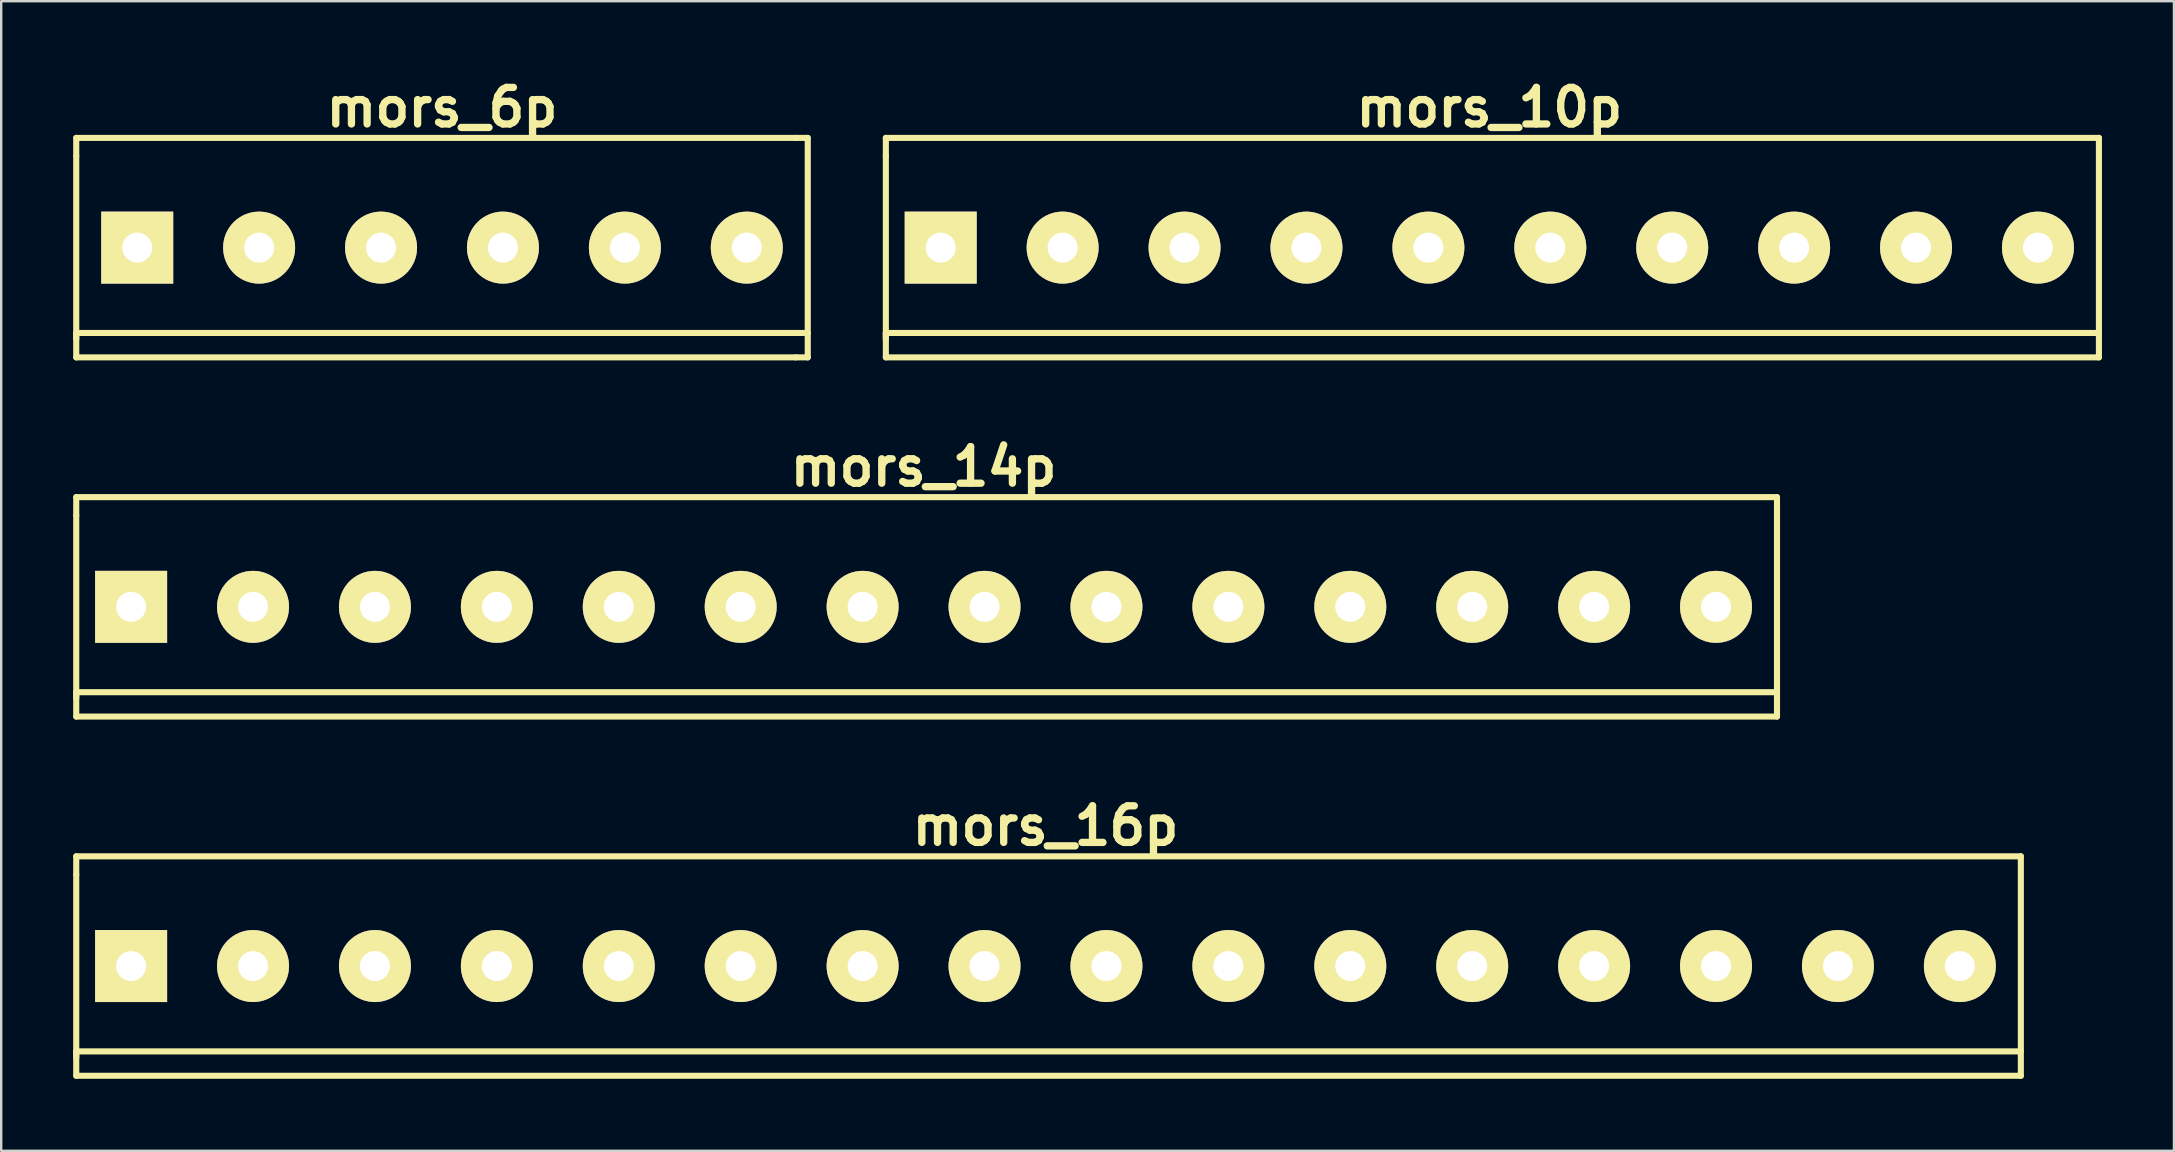
<source format=kicad_pcb>
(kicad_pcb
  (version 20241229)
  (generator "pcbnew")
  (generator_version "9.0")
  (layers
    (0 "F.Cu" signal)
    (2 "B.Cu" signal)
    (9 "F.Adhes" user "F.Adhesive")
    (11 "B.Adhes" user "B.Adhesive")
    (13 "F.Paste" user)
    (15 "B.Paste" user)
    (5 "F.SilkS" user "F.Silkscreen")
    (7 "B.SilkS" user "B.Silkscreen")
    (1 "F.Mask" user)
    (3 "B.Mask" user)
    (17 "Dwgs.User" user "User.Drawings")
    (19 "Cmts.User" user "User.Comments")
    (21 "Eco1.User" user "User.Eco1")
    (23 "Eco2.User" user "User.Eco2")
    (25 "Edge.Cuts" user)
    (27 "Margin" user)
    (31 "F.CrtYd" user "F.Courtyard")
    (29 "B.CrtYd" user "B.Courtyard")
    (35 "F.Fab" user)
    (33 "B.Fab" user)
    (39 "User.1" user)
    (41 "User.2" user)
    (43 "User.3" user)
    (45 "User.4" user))
  (footprint "mors_6p"
    (layer "F.Cu")
    (at 15.367 7.268)
    (property "Reference" "mors_6p" (at 0 -5.842 0) (layer "F.SilkS") (effects (font (size 1.524 1.524) (thickness 0.305))))
    (attr through_hole)
    (fp_line (start -15.24 -4.572) (end -15.24 -3.81) (stroke (width 0.254) (type solid)) (layer "F.SilkS"))
    (fp_line (start -15.24 3.81) (end -15.24 -3.81) (stroke (width 0.254) (type solid)) (layer "F.SilkS"))
    (fp_line (start -15.24 4.572) (end -15.24 3.556) (stroke (width 0.254) (type solid)) (layer "F.SilkS"))
    (fp_line (start -15.24 4.572) (end 14.732 4.572) (stroke (width 0.254) (type solid)) (layer "F.SilkS"))
    (fp_line (start 14.732 -4.572) (end -15.24 -4.572) (stroke (width 0.254) (type solid)) (layer "F.SilkS"))
    (fp_line (start 14.732 -4.572) (end 15.24 -4.572) (stroke (width 0.254) (type solid)) (layer "F.SilkS"))
    (fp_line (start 14.732 3.556) (end -15.24 3.556) (stroke (width 0.254) (type solid)) (layer "F.SilkS"))
    (fp_line (start 14.732 4.572) (end 15.24 4.572) (stroke (width 0.254) (type solid)) (layer "F.SilkS"))
    (fp_line (start 15.24 -4.572) (end 15.24 4.572) (stroke (width 0.254) (type solid)) (layer "F.SilkS"))
    (fp_line (start 15.24 3.556) (end 14.732 3.556) (stroke (width 0.254) (type solid)) (layer "F.SilkS"))
    (pad "1" thru_hole rect (at -12.7 0) (size 3 3) (drill 1.25) (layers "*.Cu" "*.Mask" "F.SilkS"))
    (pad "2" thru_hole circle (at -7.62 0) (size 3 3) (drill 1.25) (layers "*.Cu" "*.Mask" "F.SilkS"))
    (pad "3" thru_hole circle (at -2.54 0) (size 3 3) (drill 1.25) (layers "*.Cu" "*.Mask" "F.SilkS"))
    (pad "4" thru_hole circle (at 2.54 0) (size 3 3) (drill 1.25) (layers "*.Cu" "*.Mask" "F.SilkS"))
    (pad "5" thru_hole circle (at 7.62 0) (size 3 3) (drill 1.25) (layers "*.Cu" "*.Mask" "F.SilkS"))
    (pad "6" thru_hole circle (at 12.7 0) (size 3 3) (drill 1.25) (layers "*.Cu" "*.Mask" "F.SilkS")))
  (footprint "mors_10p"
    (layer "F.Cu")
    (at 59.007 7.268)
    (property "Reference" "mors_10p" (at 0 -5.842 0) (layer "F.SilkS") (effects (font (size 1.524 1.524) (thickness 0.305))))
    (attr through_hole)
    (fp_line (start -25.146 -4.572) (end -25.146 -3.81) (stroke (width 0.254) (type solid)) (layer "F.SilkS"))
    (fp_line (start -25.146 -4.572) (end 25.4 -4.572) (stroke (width 0.254) (type solid)) (layer "F.SilkS"))
    (fp_line (start -25.146 3.81) (end -25.146 -3.81) (stroke (width 0.254) (type solid)) (layer "F.SilkS"))
    (fp_line (start -25.146 4.572) (end -25.146 3.556) (stroke (width 0.254) (type solid)) (layer "F.SilkS"))
    (fp_line (start -25.146 4.572) (end 25.4 4.572) (stroke (width 0.254) (type solid)) (layer "F.SilkS"))
    (fp_line (start 25.4 -4.572) (end 25.4 4.572) (stroke (width 0.254) (type solid)) (layer "F.SilkS"))
    (fp_line (start 25.4 3.556) (end -25.146 3.556) (stroke (width 0.254) (type solid)) (layer "F.SilkS"))
    (pad "1" thru_hole rect (at -22.86 0) (size 3 3) (drill 1.25) (layers "*.Cu" "*.Mask" "F.SilkS"))
    (pad "2" thru_hole circle (at -17.78 0) (size 3 3) (drill 1.25) (layers "*.Cu" "*.Mask" "F.SilkS"))
    (pad "3" thru_hole circle (at -12.7 0) (size 3 3) (drill 1.25) (layers "*.Cu" "*.Mask" "F.SilkS"))
    (pad "4" thru_hole circle (at -7.62 0) (size 3 3) (drill 1.25) (layers "*.Cu" "*.Mask" "F.SilkS"))
    (pad "5" thru_hole circle (at -2.54 0) (size 3 3) (drill 1.25) (layers "*.Cu" "*.Mask" "F.SilkS"))
    (pad "6" thru_hole circle (at 2.54 0) (size 3 3) (drill 1.25) (layers "*.Cu" "*.Mask" "F.SilkS"))
    (pad "7" thru_hole circle (at 7.62 0) (size 3 3) (drill 1.25) (layers "*.Cu" "*.Mask" "F.SilkS"))
    (pad "8" thru_hole circle (at 12.7 0) (size 3 3) (drill 1.25) (layers "*.Cu" "*.Mask" "F.SilkS"))
    (pad "9" thru_hole circle (at 17.78 0) (size 3 3) (drill 1.25) (layers "*.Cu" "*.Mask" "F.SilkS"))
    (pad "10" thru_hole circle (at 22.86 0) (size 3 3) (drill 1.25) (layers "*.Cu" "*.Mask" "F.SilkS")))
  (footprint "mors_16p"
    (layer "F.Cu")
    (at 40.513 37.203)
    (property "Reference" "mors_16p" (at 0 -5.842 0) (layer "F.SilkS") (effects (font (size 1.524 1.524) (thickness 0.305))))
    (attr through_hole)
    (fp_line (start -40.386 -4.572) (end -40.386 -3.81) (stroke (width 0.254) (type solid)) (layer "F.SilkS"))
    (fp_line (start -40.386 3.81) (end -40.386 -3.81) (stroke (width 0.254) (type solid)) (layer "F.SilkS"))
    (fp_line (start -40.386 4.572) (end -40.386 3.556) (stroke (width 0.254) (type solid)) (layer "F.SilkS"))
    (fp_line (start -40.386 4.572) (end 40.64 4.572) (stroke (width 0.254) (type solid)) (layer "F.SilkS"))
    (fp_line (start 40.64 -4.572) (end -40.386 -4.572) (stroke (width 0.254) (type solid)) (layer "F.SilkS"))
    (fp_line (start 40.64 -4.572) (end 40.64 4.572) (stroke (width 0.254) (type solid)) (layer "F.SilkS"))
    (fp_line (start 40.64 3.556) (end -40.386 3.556) (stroke (width 0.254) (type solid)) (layer "F.SilkS"))
    (pad "1" thru_hole rect (at -38.1 0) (size 3 3) (drill 1.25) (layers "*.Cu" "*.Mask" "F.SilkS"))
    (pad "2" thru_hole circle (at -33.02 0) (size 3 3) (drill 1.25) (layers "*.Cu" "*.Mask" "F.SilkS"))
    (pad "3" thru_hole circle (at -27.94 0) (size 3 3) (drill 1.25) (layers "*.Cu" "*.Mask" "F.SilkS"))
    (pad "4" thru_hole circle (at -22.86 0) (size 3 3) (drill 1.25) (layers "*.Cu" "*.Mask" "F.SilkS"))
    (pad "5" thru_hole circle (at -17.78 0) (size 3 3) (drill 1.25) (layers "*.Cu" "*.Mask" "F.SilkS"))
    (pad "6" thru_hole circle (at -12.7 0) (size 3 3) (drill 1.25) (layers "*.Cu" "*.Mask" "F.SilkS"))
    (pad "7" thru_hole circle (at -7.62 0) (size 3 3) (drill 1.25) (layers "*.Cu" "*.Mask" "F.SilkS"))
    (pad "8" thru_hole circle (at -2.54 0) (size 3 3) (drill 1.25) (layers "*.Cu" "*.Mask" "F.SilkS"))
    (pad "9" thru_hole circle (at 2.54 0) (size 3 3) (drill 1.25) (layers "*.Cu" "*.Mask" "F.SilkS"))
    (pad "10" thru_hole circle (at 7.62 0) (size 3 3) (drill 1.25) (layers "*.Cu" "*.Mask" "F.SilkS"))
    (pad "11" thru_hole circle (at 12.7 0) (size 3 3) (drill 1.25) (layers "*.Cu" "*.Mask" "F.SilkS"))
    (pad "12" thru_hole circle (at 17.78 0) (size 3 3) (drill 1.25) (layers "*.Cu" "*.Mask" "F.SilkS"))
    (pad "13" thru_hole circle (at 22.86 0) (size 3 3) (drill 1.25) (layers "*.Cu" "*.Mask" "F.SilkS"))
    (pad "14" thru_hole circle (at 27.94 0) (size 3 3) (drill 1.25) (layers "*.Cu" "*.Mask" "F.SilkS"))
    (pad "15" thru_hole circle (at 33.02 0) (size 3 3) (drill 1.25) (layers "*.Cu" "*.Mask" "F.SilkS"))
    (pad "16" thru_hole circle (at 38.1 0) (size 3 3) (drill 1.25) (layers "*.Cu" "*.Mask" "F.SilkS")))
  (footprint "mors_14p"
    (layer "F.Cu")
    (at 35.433 22.236)
    (property "Reference" "mors_14p" (at 0 -5.842 0) (layer "F.SilkS") (effects (font (size 1.524 1.524) (thickness 0.305))))
    (attr through_hole)
    (fp_line (start -35.306 -4.572) (end -35.306 -3.81) (stroke (width 0.254) (type solid)) (layer "F.SilkS"))
    (fp_line (start -35.306 3.81) (end -35.306 -3.81) (stroke (width 0.254) (type solid)) (layer "F.SilkS"))
    (fp_line (start -35.306 4.572) (end -35.306 3.556) (stroke (width 0.254) (type solid)) (layer "F.SilkS"))
    (fp_line (start -35.306 4.572) (end 35.56 4.572) (stroke (width 0.254) (type solid)) (layer "F.SilkS"))
    (fp_line (start 35.56 -4.572) (end -35.306 -4.572) (stroke (width 0.254) (type solid)) (layer "F.SilkS"))
    (fp_line (start 35.56 -4.572) (end 35.56 4.572) (stroke (width 0.254) (type solid)) (layer "F.SilkS"))
    (fp_line (start 35.56 3.556) (end -35.306 3.556) (stroke (width 0.254) (type solid)) (layer "F.SilkS"))
    (pad "1" thru_hole rect (at -33.02 0) (size 3 3) (drill 1.25) (layers "*.Cu" "*.Mask" "F.SilkS"))
    (pad "2" thru_hole circle (at -27.94 0) (size 3 3) (drill 1.25) (layers "*.Cu" "*.Mask" "F.SilkS"))
    (pad "3" thru_hole circle (at -22.86 0) (size 3 3) (drill 1.25) (layers "*.Cu" "*.Mask" "F.SilkS"))
    (pad "4" thru_hole circle (at -17.78 0) (size 3 3) (drill 1.25) (layers "*.Cu" "*.Mask" "F.SilkS"))
    (pad "5" thru_hole circle (at -12.7 0) (size 3 3) (drill 1.25) (layers "*.Cu" "*.Mask" "F.SilkS"))
    (pad "6" thru_hole circle (at -7.62 0) (size 3 3) (drill 1.25) (layers "*.Cu" "*.Mask" "F.SilkS"))
    (pad "7" thru_hole circle (at -2.54 0) (size 3 3) (drill 1.25) (layers "*.Cu" "*.Mask" "F.SilkS"))
    (pad "8" thru_hole circle (at 2.54 0) (size 3 3) (drill 1.25) (layers "*.Cu" "*.Mask" "F.SilkS"))
    (pad "9" thru_hole circle (at 7.62 0) (size 3 3) (drill 1.25) (layers "*.Cu" "*.Mask" "F.SilkS"))
    (pad "10" thru_hole circle (at 12.7 0) (size 3 3) (drill 1.25) (layers "*.Cu" "*.Mask" "F.SilkS"))
    (pad "11" thru_hole circle (at 17.78 0) (size 3 3) (drill 1.25) (layers "*.Cu" "*.Mask" "F.SilkS"))
    (pad "12" thru_hole circle (at 22.86 0) (size 3 3) (drill 1.25) (layers "*.Cu" "*.Mask" "F.SilkS"))
    (pad "13" thru_hole circle (at 27.94 0) (size 3 3) (drill 1.25) (layers "*.Cu" "*.Mask" "F.SilkS"))
    (pad "14" thru_hole circle (at 33.02 0) (size 3 3) (drill 1.25) (layers "*.Cu" "*.Mask" "F.SilkS")))
  (gr_rect
    (start -3 -3)
    (end 87.534 44.902)
    (stroke (width 0.1) (type default))
    (fill no)
    (layer "Edge.Cuts")))
</source>
